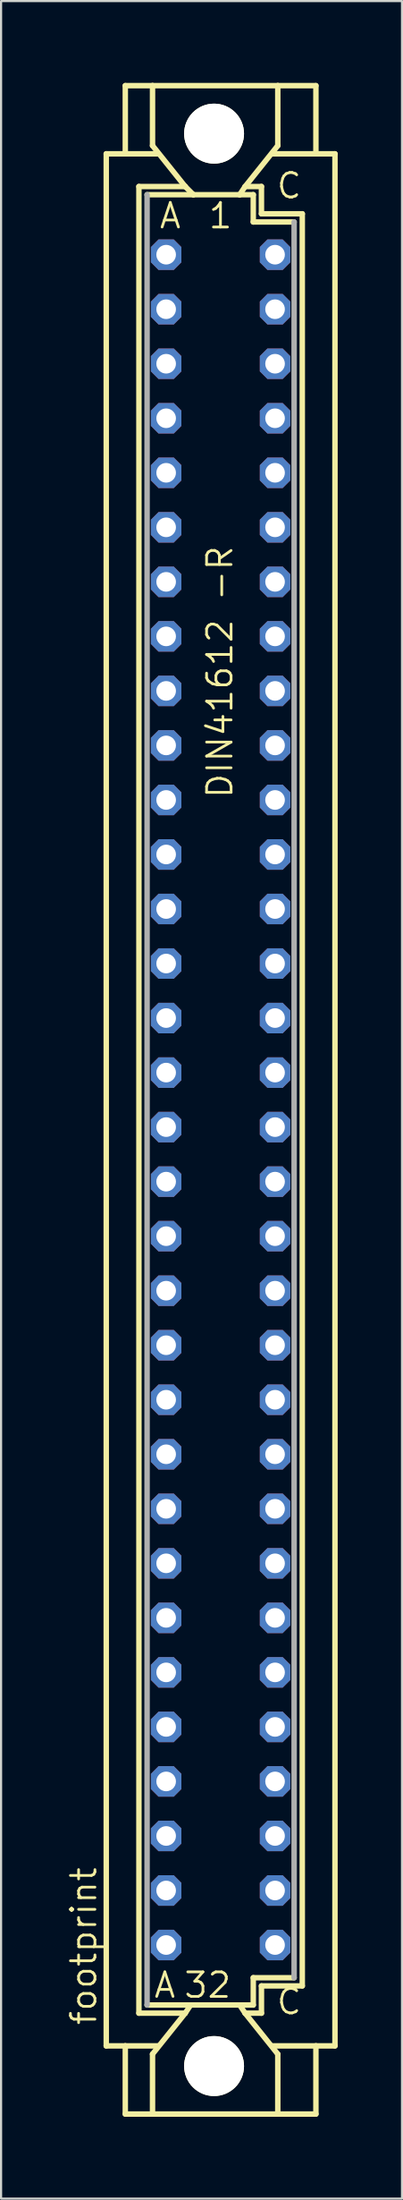
<source format=kicad_pcb>
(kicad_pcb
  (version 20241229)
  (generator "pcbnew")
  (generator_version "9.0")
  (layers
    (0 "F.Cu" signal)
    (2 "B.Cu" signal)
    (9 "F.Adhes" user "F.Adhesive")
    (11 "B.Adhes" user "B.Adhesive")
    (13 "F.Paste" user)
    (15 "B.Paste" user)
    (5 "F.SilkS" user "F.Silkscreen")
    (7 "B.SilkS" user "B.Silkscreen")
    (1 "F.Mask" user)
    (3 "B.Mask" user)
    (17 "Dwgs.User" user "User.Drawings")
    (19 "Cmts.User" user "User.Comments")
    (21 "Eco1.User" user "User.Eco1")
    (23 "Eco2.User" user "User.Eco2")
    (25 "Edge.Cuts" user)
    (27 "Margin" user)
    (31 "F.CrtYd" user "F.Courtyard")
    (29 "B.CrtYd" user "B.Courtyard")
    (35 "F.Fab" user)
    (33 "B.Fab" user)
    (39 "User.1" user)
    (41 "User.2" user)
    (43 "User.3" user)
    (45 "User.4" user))
  (footprint "footprint"
    (layer "F.Cu")
    (at 7.239 48.184)
    (property "Reference" "footprint" (at -5.715 43.18 90) (layer "F.SilkS") (effects (font (size 1.143 1.143) (thickness 0.127)) (justify left bottom)))
    (fp_line (start -5.334 -44.069) (end -4.445 -44.069) (stroke (width 0.254) (type solid)) (layer "F.SilkS"))
    (fp_line (start -5.334 44.069) (end -5.334 -44.069) (stroke (width 0.254) (type solid)) (layer "F.SilkS"))
    (fp_line (start -5.334 44.069) (end -4.445 44.069) (stroke (width 0.254) (type solid)) (layer "F.SilkS"))
    (fp_line (start -4.445 -47.244) (end -4.445 -44.069) (stroke (width 0.254) (type solid)) (layer "F.SilkS"))
    (fp_line (start -4.445 -44.069) (end -2.921 -44.069) (stroke (width 0.254) (type solid)) (layer "F.SilkS"))
    (fp_line (start -4.445 44.069) (end -4.445 47.244) (stroke (width 0.254) (type solid)) (layer "F.SilkS"))
    (fp_line (start -4.445 44.069) (end -2.921 44.069) (stroke (width 0.254) (type solid)) (layer "F.SilkS"))
    (fp_line (start -3.81 -42.545) (end -3.81 42.545) (stroke (width 0.254) (type solid)) (layer "F.SilkS"))
    (fp_line (start -3.81 42.545) (end -1.651 42.545) (stroke (width 0.254) (type solid)) (layer "F.SilkS"))
    (fp_line (start -3.429 -42.164) (end -1.27 -42.164) (stroke (width 0.254) (type solid)) (layer "F.SilkS"))
    (fp_line (start -3.429 42.164) (end -1.397 42.164) (stroke (width 0.254) (type solid)) (layer "F.SilkS"))
    (fp_line (start -3.175 -47.244) (end -4.445 -47.244) (stroke (width 0.254) (type solid)) (layer "F.SilkS"))
    (fp_line (start -3.175 -47.244) (end -3.175 -44.45) (stroke (width 0.254) (type solid)) (layer "F.SilkS"))
    (fp_line (start -3.175 47.244) (end -4.445 47.244) (stroke (width 0.254) (type solid)) (layer "F.SilkS"))
    (fp_line (start -3.175 47.244) (end -3.175 44.45) (stroke (width 0.254) (type solid)) (layer "F.SilkS"))
    (fp_line (start -3.175 47.244) (end 2.667 47.244) (stroke (width 0.254) (type solid)) (layer "F.SilkS"))
    (fp_line (start -1.651 -42.545) (end -3.81 -42.545) (stroke (width 0.254) (type solid)) (layer "F.SilkS"))
    (fp_line (start -1.651 -42.545) (end -3.175 -44.45) (stroke (width 0.254) (type solid)) (layer "F.SilkS"))
    (fp_line (start -1.651 -42.545) (end -1.27 -42.164) (stroke (width 0.254) (type solid)) (layer "F.SilkS"))
    (fp_line (start -1.651 42.545) (end -3.175 44.45) (stroke (width 0.254) (type solid)) (layer "F.SilkS"))
    (fp_line (start -1.651 42.545) (end -1.397 42.164) (stroke (width 0.254) (type solid)) (layer "F.SilkS"))
    (fp_line (start -1.397 42.164) (end 0.889 42.164) (stroke (width 0.254) (type solid)) (layer "F.SilkS"))
    (fp_line (start -1.27 -42.164) (end 0.889 -42.164) (stroke (width 0.254) (type solid)) (layer "F.SilkS"))
    (fp_line (start 0.889 -42.164) (end 1.143 -42.545) (stroke (width 0.254) (type solid)) (layer "F.SilkS"))
    (fp_line (start 0.889 -42.164) (end 1.524 -42.164) (stroke (width 0.254) (type solid)) (layer "F.SilkS"))
    (fp_line (start 0.889 42.164) (end 1.524 42.164) (stroke (width 0.254) (type solid)) (layer "F.SilkS"))
    (fp_line (start 1.143 -42.545) (end 2.667 -44.45) (stroke (width 0.254) (type solid)) (layer "F.SilkS"))
    (fp_line (start 1.143 42.545) (end 0.889 42.164) (stroke (width 0.254) (type solid)) (layer "F.SilkS"))
    (fp_line (start 1.143 42.545) (end 1.905 42.545) (stroke (width 0.254) (type solid)) (layer "F.SilkS"))
    (fp_line (start 1.143 42.545) (end 2.667 44.45) (stroke (width 0.254) (type solid)) (layer "F.SilkS"))
    (fp_line (start 1.524 -42.164) (end 1.524 -40.894) (stroke (width 0.254) (type solid)) (layer "F.SilkS"))
    (fp_line (start 1.524 -40.894) (end 3.429 -40.894) (stroke (width 0.254) (type solid)) (layer "F.SilkS"))
    (fp_line (start 1.524 40.894) (end 3.429 40.894) (stroke (width 0.254) (type solid)) (layer "F.SilkS"))
    (fp_line (start 1.524 42.164) (end 1.524 40.894) (stroke (width 0.254) (type solid)) (layer "F.SilkS"))
    (fp_line (start 1.905 -42.545) (end 1.143 -42.545) (stroke (width 0.254) (type solid)) (layer "F.SilkS"))
    (fp_line (start 1.905 -41.275) (end 1.905 -42.545) (stroke (width 0.254) (type solid)) (layer "F.SilkS"))
    (fp_line (start 1.905 41.275) (end 3.81 41.275) (stroke (width 0.254) (type solid)) (layer "F.SilkS"))
    (fp_line (start 1.905 42.545) (end 1.905 41.275) (stroke (width 0.254) (type solid)) (layer "F.SilkS"))
    (fp_line (start 2.667 -47.244) (end -3.175 -47.244) (stroke (width 0.254) (type solid)) (layer "F.SilkS"))
    (fp_line (start 2.667 -47.244) (end 2.667 -44.45) (stroke (width 0.254) (type solid)) (layer "F.SilkS"))
    (fp_line (start 2.667 -47.244) (end 4.445 -47.244) (stroke (width 0.254) (type solid)) (layer "F.SilkS"))
    (fp_line (start 2.667 47.244) (end 2.667 44.45) (stroke (width 0.254) (type solid)) (layer "F.SilkS"))
    (fp_line (start 2.667 47.244) (end 4.445 47.244) (stroke (width 0.254) (type solid)) (layer "F.SilkS"))
    (fp_line (start 3.81 -41.275) (end 1.905 -41.275) (stroke (width 0.254) (type solid)) (layer "F.SilkS"))
    (fp_line (start 3.81 41.275) (end 3.81 -41.275) (stroke (width 0.254) (type solid)) (layer "F.SilkS"))
    (fp_line (start 4.445 -47.244) (end 4.445 -44.069) (stroke (width 0.254) (type solid)) (layer "F.SilkS"))
    (fp_line (start 4.445 -44.069) (end 2.413 -44.069) (stroke (width 0.254) (type solid)) (layer "F.SilkS"))
    (fp_line (start 4.445 44.069) (end 2.413 44.069) (stroke (width 0.254) (type solid)) (layer "F.SilkS"))
    (fp_line (start 4.445 44.069) (end 4.445 47.244) (stroke (width 0.254) (type solid)) (layer "F.SilkS"))
    (fp_line (start 5.334 -44.069) (end 4.445 -44.069) (stroke (width 0.254) (type solid)) (layer "F.SilkS"))
    (fp_line (start 5.334 44.069) (end 4.445 44.069) (stroke (width 0.254) (type solid)) (layer "F.SilkS"))
    (fp_line (start 5.334 44.069) (end 5.334 -44.069) (stroke (width 0.254) (type solid)) (layer "F.SilkS"))
    (fp_circle (center -0.305 -45.009) (end 0.965 -45.009) (stroke (width 0.254) (type solid)) (fill no) (layer "F.SilkS"))
    (fp_circle (center -0.305 45.009) (end 0.965 45.009) (stroke (width 0.254) (type solid)) (fill no) (layer "F.SilkS"))
    (fp_line (start -3.429 -42.164) (end -3.429 42.164) (stroke (width 0.254) (type solid)) (layer "F.Fab"))
    (fp_line (start 3.429 -40.894) (end 3.429 40.894) (stroke (width 0.254) (type solid)) (layer "F.Fab"))
    (fp_poly (pts (xy -2.794 -39.116) (xy -2.286 -39.116) (xy -2.286 -39.624) (xy -2.794 -39.624)) (stroke (width 0.1) (type solid)) (fill no) (layer "F.Fab"))
    (fp_poly (pts (xy -2.794 -36.576) (xy -2.286 -36.576) (xy -2.286 -37.084) (xy -2.794 -37.084)) (stroke (width 0.1) (type solid)) (fill no) (layer "F.Fab"))
    (fp_poly (pts (xy -2.794 -34.036) (xy -2.286 -34.036) (xy -2.286 -34.544) (xy -2.794 -34.544)) (stroke (width 0.1) (type solid)) (fill no) (layer "F.Fab"))
    (fp_poly (pts (xy -2.794 -31.496) (xy -2.286 -31.496) (xy -2.286 -32.004) (xy -2.794 -32.004)) (stroke (width 0.1) (type solid)) (fill no) (layer "F.Fab"))
    (fp_poly (pts (xy -2.794 -28.956) (xy -2.286 -28.956) (xy -2.286 -29.464) (xy -2.794 -29.464)) (stroke (width 0.1) (type solid)) (fill no) (layer "F.Fab"))
    (fp_poly (pts (xy -2.794 -26.416) (xy -2.286 -26.416) (xy -2.286 -26.924) (xy -2.794 -26.924)) (stroke (width 0.1) (type solid)) (fill no) (layer "F.Fab"))
    (fp_poly (pts (xy -2.794 -23.876) (xy -2.286 -23.876) (xy -2.286 -24.384) (xy -2.794 -24.384)) (stroke (width 0.1) (type solid)) (fill no) (layer "F.Fab"))
    (fp_poly (pts (xy -2.794 -21.336) (xy -2.286 -21.336) (xy -2.286 -21.844) (xy -2.794 -21.844)) (stroke (width 0.1) (type solid)) (fill no) (layer "F.Fab"))
    (fp_poly (pts (xy -2.794 -18.796) (xy -2.286 -18.796) (xy -2.286 -19.304) (xy -2.794 -19.304)) (stroke (width 0.1) (type solid)) (fill no) (layer "F.Fab"))
    (fp_poly (pts (xy -2.794 -16.256) (xy -2.286 -16.256) (xy -2.286 -16.764) (xy -2.794 -16.764)) (stroke (width 0.1) (type solid)) (fill no) (layer "F.Fab"))
    (fp_poly (pts (xy -2.794 -13.716) (xy -2.286 -13.716) (xy -2.286 -14.224) (xy -2.794 -14.224)) (stroke (width 0.1) (type solid)) (fill no) (layer "F.Fab"))
    (fp_poly (pts (xy -2.794 -11.176) (xy -2.286 -11.176) (xy -2.286 -11.684) (xy -2.794 -11.684)) (stroke (width 0.1) (type solid)) (fill no) (layer "F.Fab"))
    (fp_poly (pts (xy -2.794 -8.636) (xy -2.286 -8.636) (xy -2.286 -9.144) (xy -2.794 -9.144)) (stroke (width 0.1) (type solid)) (fill no) (layer "F.Fab"))
    (fp_poly (pts (xy -2.794 -6.096) (xy -2.286 -6.096) (xy -2.286 -6.604) (xy -2.794 -6.604)) (stroke (width 0.1) (type solid)) (fill no) (layer "F.Fab"))
    (fp_poly (pts (xy -2.794 -3.556) (xy -2.286 -3.556) (xy -2.286 -4.064) (xy -2.794 -4.064)) (stroke (width 0.1) (type solid)) (fill no) (layer "F.Fab"))
    (fp_poly (pts (xy -2.794 -1.016) (xy -2.286 -1.016) (xy -2.286 -1.524) (xy -2.794 -1.524)) (stroke (width 0.1) (type solid)) (fill no) (layer "F.Fab"))
    (fp_poly (pts (xy -2.794 1.524) (xy -2.286 1.524) (xy -2.286 1.016) (xy -2.794 1.016)) (stroke (width 0.1) (type solid)) (fill no) (layer "F.Fab"))
    (fp_poly (pts (xy -2.794 4.064) (xy -2.286 4.064) (xy -2.286 3.556) (xy -2.794 3.556)) (stroke (width 0.1) (type solid)) (fill no) (layer "F.Fab"))
    (fp_poly (pts (xy -2.794 6.604) (xy -2.286 6.604) (xy -2.286 6.096) (xy -2.794 6.096)) (stroke (width 0.1) (type solid)) (fill no) (layer "F.Fab"))
    (fp_poly (pts (xy -2.794 9.144) (xy -2.286 9.144) (xy -2.286 8.636) (xy -2.794 8.636)) (stroke (width 0.1) (type solid)) (fill no) (layer "F.Fab"))
    (fp_poly (pts (xy -2.794 11.684) (xy -2.286 11.684) (xy -2.286 11.176) (xy -2.794 11.176)) (stroke (width 0.1) (type solid)) (fill no) (layer "F.Fab"))
    (fp_poly (pts (xy -2.794 14.224) (xy -2.286 14.224) (xy -2.286 13.716) (xy -2.794 13.716)) (stroke (width 0.1) (type solid)) (fill no) (layer "F.Fab"))
    (fp_poly (pts (xy -2.794 16.764) (xy -2.286 16.764) (xy -2.286 16.256) (xy -2.794 16.256)) (stroke (width 0.1) (type solid)) (fill no) (layer "F.Fab"))
    (fp_poly (pts (xy -2.794 19.304) (xy -2.286 19.304) (xy -2.286 18.796) (xy -2.794 18.796)) (stroke (width 0.1) (type solid)) (fill no) (layer "F.Fab"))
    (fp_poly (pts (xy -2.794 21.844) (xy -2.286 21.844) (xy -2.286 21.336) (xy -2.794 21.336)) (stroke (width 0.1) (type solid)) (fill no) (layer "F.Fab"))
    (fp_poly (pts (xy -2.794 24.384) (xy -2.286 24.384) (xy -2.286 23.876) (xy -2.794 23.876)) (stroke (width 0.1) (type solid)) (fill no) (layer "F.Fab"))
    (fp_poly (pts (xy -2.794 26.924) (xy -2.286 26.924) (xy -2.286 26.416) (xy -2.794 26.416)) (stroke (width 0.1) (type solid)) (fill no) (layer "F.Fab"))
    (fp_poly (pts (xy -2.794 29.464) (xy -2.286 29.464) (xy -2.286 28.956) (xy -2.794 28.956)) (stroke (width 0.1) (type solid)) (fill no) (layer "F.Fab"))
    (fp_poly (pts (xy -2.794 32.004) (xy -2.286 32.004) (xy -2.286 31.496) (xy -2.794 31.496)) (stroke (width 0.1) (type solid)) (fill no) (layer "F.Fab"))
    (fp_poly (pts (xy -2.794 34.544) (xy -2.286 34.544) (xy -2.286 34.036) (xy -2.794 34.036)) (stroke (width 0.1) (type solid)) (fill no) (layer "F.Fab"))
    (fp_poly (pts (xy -2.794 37.084) (xy -2.286 37.084) (xy -2.286 36.576) (xy -2.794 36.576)) (stroke (width 0.1) (type solid)) (fill no) (layer "F.Fab"))
    (fp_poly (pts (xy -2.794 39.624) (xy -2.286 39.624) (xy -2.286 39.116) (xy -2.794 39.116)) (stroke (width 0.1) (type solid)) (fill no) (layer "F.Fab"))
    (fp_poly (pts (xy 2.286 -39.116) (xy 2.794 -39.116) (xy 2.794 -39.624) (xy 2.286 -39.624)) (stroke (width 0.1) (type solid)) (fill no) (layer "F.Fab"))
    (fp_poly (pts (xy 2.286 -36.576) (xy 2.794 -36.576) (xy 2.794 -37.084) (xy 2.286 -37.084)) (stroke (width 0.1) (type solid)) (fill no) (layer "F.Fab"))
    (fp_poly (pts (xy 2.286 -34.036) (xy 2.794 -34.036) (xy 2.794 -34.544) (xy 2.286 -34.544)) (stroke (width 0.1) (type solid)) (fill no) (layer "F.Fab"))
    (fp_poly (pts (xy 2.286 -31.496) (xy 2.794 -31.496) (xy 2.794 -32.004) (xy 2.286 -32.004)) (stroke (width 0.1) (type solid)) (fill no) (layer "F.Fab"))
    (fp_poly (pts (xy 2.286 -28.956) (xy 2.794 -28.956) (xy 2.794 -29.464) (xy 2.286 -29.464)) (stroke (width 0.1) (type solid)) (fill no) (layer "F.Fab"))
    (fp_poly (pts (xy 2.286 -26.416) (xy 2.794 -26.416) (xy 2.794 -26.924) (xy 2.286 -26.924)) (stroke (width 0.1) (type solid)) (fill no) (layer "F.Fab"))
    (fp_poly (pts (xy 2.286 -23.876) (xy 2.794 -23.876) (xy 2.794 -24.384) (xy 2.286 -24.384)) (stroke (width 0.1) (type solid)) (fill no) (layer "F.Fab"))
    (fp_poly (pts (xy 2.286 -21.336) (xy 2.794 -21.336) (xy 2.794 -21.844) (xy 2.286 -21.844)) (stroke (width 0.1) (type solid)) (fill no) (layer "F.Fab"))
    (fp_poly (pts (xy 2.286 -18.796) (xy 2.794 -18.796) (xy 2.794 -19.304) (xy 2.286 -19.304)) (stroke (width 0.1) (type solid)) (fill no) (layer "F.Fab"))
    (fp_poly (pts (xy 2.286 -16.256) (xy 2.794 -16.256) (xy 2.794 -16.764) (xy 2.286 -16.764)) (stroke (width 0.1) (type solid)) (fill no) (layer "F.Fab"))
    (fp_poly (pts (xy 2.286 -13.716) (xy 2.794 -13.716) (xy 2.794 -14.224) (xy 2.286 -14.224)) (stroke (width 0.1) (type solid)) (fill no) (layer "F.Fab"))
    (fp_poly (pts (xy 2.286 -11.176) (xy 2.794 -11.176) (xy 2.794 -11.684) (xy 2.286 -11.684)) (stroke (width 0.1) (type solid)) (fill no) (layer "F.Fab"))
    (fp_poly (pts (xy 2.286 -8.636) (xy 2.794 -8.636) (xy 2.794 -9.144) (xy 2.286 -9.144)) (stroke (width 0.1) (type solid)) (fill no) (layer "F.Fab"))
    (fp_poly (pts (xy 2.286 -6.096) (xy 2.794 -6.096) (xy 2.794 -6.604) (xy 2.286 -6.604)) (stroke (width 0.1) (type solid)) (fill no) (layer "F.Fab"))
    (fp_poly (pts (xy 2.286 -3.556) (xy 2.794 -3.556) (xy 2.794 -4.064) (xy 2.286 -4.064)) (stroke (width 0.1) (type solid)) (fill no) (layer "F.Fab"))
    (fp_poly (pts (xy 2.286 -1.016) (xy 2.794 -1.016) (xy 2.794 -1.524) (xy 2.286 -1.524)) (stroke (width 0.1) (type solid)) (fill no) (layer "F.Fab"))
    (fp_poly (pts (xy 2.286 1.524) (xy 2.794 1.524) (xy 2.794 1.016) (xy 2.286 1.016)) (stroke (width 0.1) (type solid)) (fill no) (layer "F.Fab"))
    (fp_poly (pts (xy 2.286 4.064) (xy 2.794 4.064) (xy 2.794 3.556) (xy 2.286 3.556)) (stroke (width 0.1) (type solid)) (fill no) (layer "F.Fab"))
    (fp_poly (pts (xy 2.286 6.604) (xy 2.794 6.604) (xy 2.794 6.096) (xy 2.286 6.096)) (stroke (width 0.1) (type solid)) (fill no) (layer "F.Fab"))
    (fp_poly (pts (xy 2.286 9.144) (xy 2.794 9.144) (xy 2.794 8.636) (xy 2.286 8.636)) (stroke (width 0.1) (type solid)) (fill no) (layer "F.Fab"))
    (fp_poly (pts (xy 2.286 11.684) (xy 2.794 11.684) (xy 2.794 11.176) (xy 2.286 11.176)) (stroke (width 0.1) (type solid)) (fill no) (layer "F.Fab"))
    (fp_poly (pts (xy 2.286 14.224) (xy 2.794 14.224) (xy 2.794 13.716) (xy 2.286 13.716)) (stroke (width 0.1) (type solid)) (fill no) (layer "F.Fab"))
    (fp_poly (pts (xy 2.286 16.764) (xy 2.794 16.764) (xy 2.794 16.256) (xy 2.286 16.256)) (stroke (width 0.1) (type solid)) (fill no) (layer "F.Fab"))
    (fp_poly (pts (xy 2.286 19.304) (xy 2.794 19.304) (xy 2.794 18.796) (xy 2.286 18.796)) (stroke (width 0.1) (type solid)) (fill no) (layer "F.Fab"))
    (fp_poly (pts (xy 2.286 21.844) (xy 2.794 21.844) (xy 2.794 21.336) (xy 2.286 21.336)) (stroke (width 0.1) (type solid)) (fill no) (layer "F.Fab"))
    (fp_poly (pts (xy 2.286 24.384) (xy 2.794 24.384) (xy 2.794 23.876) (xy 2.286 23.876)) (stroke (width 0.1) (type solid)) (fill no) (layer "F.Fab"))
    (fp_poly (pts (xy 2.286 26.924) (xy 2.794 26.924) (xy 2.794 26.416) (xy 2.286 26.416)) (stroke (width 0.1) (type solid)) (fill no) (layer "F.Fab"))
    (fp_poly (pts (xy 2.286 29.464) (xy 2.794 29.464) (xy 2.794 28.956) (xy 2.286 28.956)) (stroke (width 0.1) (type solid)) (fill no) (layer "F.Fab"))
    (fp_poly (pts (xy 2.286 32.004) (xy 2.794 32.004) (xy 2.794 31.496) (xy 2.286 31.496)) (stroke (width 0.1) (type solid)) (fill no) (layer "F.Fab"))
    (fp_poly (pts (xy 2.286 34.544) (xy 2.794 34.544) (xy 2.794 34.036) (xy 2.286 34.036)) (stroke (width 0.1) (type solid)) (fill no) (layer "F.Fab"))
    (fp_poly (pts (xy 2.286 37.084) (xy 2.794 37.084) (xy 2.794 36.576) (xy 2.286 36.576)) (stroke (width 0.1) (type solid)) (fill no) (layer "F.Fab"))
    (fp_poly (pts (xy 2.286 39.624) (xy 2.794 39.624) (xy 2.794 39.116) (xy 2.286 39.116)) (stroke (width 0.1) (type solid)) (fill no) (layer "F.Fab"))
    (fp_text user "32" (at -1.778 41.91 0) (layer "F.SilkS") (effects (font (size 1.143 1.143) (thickness 0.127)) (justify left bottom)))
    (fp_text user "C" (at 2.54 42.68 0) (layer "F.SilkS") (effects (font (size 1.143 1.143) (thickness 0.127)) (justify left bottom)))
    (fp_text user "DIN41612 -R" (at 0.635 -13.97 90) (layer "F.SilkS") (effects (font (size 1.143 1.143) (thickness 0.127)) (justify left bottom)))
    (fp_text user "A" (at -2.921 -40.513 0) (layer "F.SilkS") (effects (font (size 1.143 1.143) (thickness 0.127)) (justify left bottom)))
    (fp_text user "A" (at -3.175 41.91 0) (layer "F.SilkS") (effects (font (size 1.143 1.143) (thickness 0.127)) (justify left bottom)))
    (fp_text user "1" (at -0.635 -40.513 0) (layer "F.SilkS") (effects (font (size 1.143 1.143) (thickness 0.127)) (justify left bottom)))
    (fp_text user "C" (at 2.54 -41.91 0) (layer "F.SilkS") (effects (font (size 1.143 1.143) (thickness 0.127)) (justify left bottom)))
    (pad "" np_thru_hole circle (at -0.305 -45.009) (size 2.794 2.794) (drill 2.794) (layers "*.Cu" "*.Mask"))
    (pad "" np_thru_hole circle (at -0.305 45.009) (size 2.794 2.794) (drill 2.794) (layers "*.Cu" "*.Mask"))
    (pad "A1" thru_hole roundrect (at -2.54 -39.37) (size 1.422 1.422) (drill 0.914) (layers "*.Cu" "*.Mask") (roundrect_rratio 0.25) (chamfer_ratio 0.25) (chamfer top_left top_right bottom_left bottom_right))
    (pad "A2" thru_hole roundrect (at -2.54 -36.83) (size 1.422 1.422) (drill 0.914) (layers "*.Cu" "*.Mask") (roundrect_rratio 0.25) (chamfer_ratio 0.25) (chamfer top_left top_right bottom_left bottom_right))
    (pad "A3" thru_hole roundrect (at -2.54 -34.29) (size 1.422 1.422) (drill 0.914) (layers "*.Cu" "*.Mask") (roundrect_rratio 0.25) (chamfer_ratio 0.25) (chamfer top_left top_right bottom_left bottom_right))
    (pad "A4" thru_hole roundrect (at -2.54 -31.75) (size 1.422 1.422) (drill 0.914) (layers "*.Cu" "*.Mask") (roundrect_rratio 0.25) (chamfer_ratio 0.25) (chamfer top_left top_right bottom_left bottom_right))
    (pad "A5" thru_hole roundrect (at -2.54 -29.21) (size 1.422 1.422) (drill 0.914) (layers "*.Cu" "*.Mask") (roundrect_rratio 0.25) (chamfer_ratio 0.25) (chamfer top_left top_right bottom_left bottom_right))
    (pad "A6" thru_hole roundrect (at -2.54 -26.67) (size 1.422 1.422) (drill 0.914) (layers "*.Cu" "*.Mask") (roundrect_rratio 0.25) (chamfer_ratio 0.25) (chamfer top_left top_right bottom_left bottom_right))
    (pad "A7" thru_hole roundrect (at -2.54 -24.13) (size 1.422 1.422) (drill 0.914) (layers "*.Cu" "*.Mask") (roundrect_rratio 0.25) (chamfer_ratio 0.25) (chamfer top_left top_right bottom_left bottom_right))
    (pad "A8" thru_hole roundrect (at -2.54 -21.59) (size 1.422 1.422) (drill 0.914) (layers "*.Cu" "*.Mask") (roundrect_rratio 0.25) (chamfer_ratio 0.25) (chamfer top_left top_right bottom_left bottom_right))
    (pad "A9" thru_hole roundrect (at -2.54 -19.05) (size 1.422 1.422) (drill 0.914) (layers "*.Cu" "*.Mask") (roundrect_rratio 0.25) (chamfer_ratio 0.25) (chamfer top_left top_right bottom_left bottom_right))
    (pad "A10" thru_hole roundrect (at -2.54 -16.51) (size 1.422 1.422) (drill 0.914) (layers "*.Cu" "*.Mask") (roundrect_rratio 0.25) (chamfer_ratio 0.25) (chamfer top_left top_right bottom_left bottom_right))
    (pad "A11" thru_hole roundrect (at -2.54 -13.97) (size 1.422 1.422) (drill 0.914) (layers "*.Cu" "*.Mask") (roundrect_rratio 0.25) (chamfer_ratio 0.25) (chamfer top_left top_right bottom_left bottom_right))
    (pad "A12" thru_hole roundrect (at -2.54 -11.43) (size 1.422 1.422) (drill 0.914) (layers "*.Cu" "*.Mask") (roundrect_rratio 0.25) (chamfer_ratio 0.25) (chamfer top_left top_right bottom_left bottom_right))
    (pad "A13" thru_hole roundrect (at -2.54 -8.89) (size 1.422 1.422) (drill 0.914) (layers "*.Cu" "*.Mask") (roundrect_rratio 0.25) (chamfer_ratio 0.25) (chamfer top_left top_right bottom_left bottom_right))
    (pad "A14" thru_hole roundrect (at -2.54 -6.35) (size 1.422 1.422) (drill 0.914) (layers "*.Cu" "*.Mask") (roundrect_rratio 0.25) (chamfer_ratio 0.25) (chamfer top_left top_right bottom_left bottom_right))
    (pad "A15" thru_hole roundrect (at -2.54 -3.81) (size 1.422 1.422) (drill 0.914) (layers "*.Cu" "*.Mask") (roundrect_rratio 0.25) (chamfer_ratio 0.25) (chamfer top_left top_right bottom_left bottom_right))
    (pad "A16" thru_hole roundrect (at -2.54 -1.27) (size 1.422 1.422) (drill 0.914) (layers "*.Cu" "*.Mask") (roundrect_rratio 0.25) (chamfer_ratio 0.25) (chamfer top_left top_right bottom_left bottom_right))
    (pad "A17" thru_hole roundrect (at -2.54 1.27) (size 1.422 1.422) (drill 0.914) (layers "*.Cu" "*.Mask") (roundrect_rratio 0.25) (chamfer_ratio 0.25) (chamfer top_left top_right bottom_left bottom_right))
    (pad "A18" thru_hole roundrect (at -2.54 3.81) (size 1.422 1.422) (drill 0.914) (layers "*.Cu" "*.Mask") (roundrect_rratio 0.25) (chamfer_ratio 0.25) (chamfer top_left top_right bottom_left bottom_right))
    (pad "A19" thru_hole roundrect (at -2.54 6.35) (size 1.422 1.422) (drill 0.914) (layers "*.Cu" "*.Mask") (roundrect_rratio 0.25) (chamfer_ratio 0.25) (chamfer top_left top_right bottom_left bottom_right))
    (pad "A20" thru_hole roundrect (at -2.54 8.89) (size 1.422 1.422) (drill 0.914) (layers "*.Cu" "*.Mask") (roundrect_rratio 0.25) (chamfer_ratio 0.25) (chamfer top_left top_right bottom_left bottom_right))
    (pad "A21" thru_hole roundrect (at -2.54 11.43) (size 1.422 1.422) (drill 0.914) (layers "*.Cu" "*.Mask") (roundrect_rratio 0.25) (chamfer_ratio 0.25) (chamfer top_left top_right bottom_left bottom_right))
    (pad "A22" thru_hole roundrect (at -2.54 13.97) (size 1.422 1.422) (drill 0.914) (layers "*.Cu" "*.Mask") (roundrect_rratio 0.25) (chamfer_ratio 0.25) (chamfer top_left top_right bottom_left bottom_right))
    (pad "A23" thru_hole roundrect (at -2.54 16.51) (size 1.422 1.422) (drill 0.914) (layers "*.Cu" "*.Mask") (roundrect_rratio 0.25) (chamfer_ratio 0.25) (chamfer top_left top_right bottom_left bottom_right))
    (pad "A24" thru_hole roundrect (at -2.54 19.05) (size 1.422 1.422) (drill 0.914) (layers "*.Cu" "*.Mask") (roundrect_rratio 0.25) (chamfer_ratio 0.25) (chamfer top_left top_right bottom_left bottom_right))
    (pad "A25" thru_hole roundrect (at -2.54 21.59) (size 1.422 1.422) (drill 0.914) (layers "*.Cu" "*.Mask") (roundrect_rratio 0.25) (chamfer_ratio 0.25) (chamfer top_left top_right bottom_left bottom_right))
    (pad "A26" thru_hole roundrect (at -2.54 24.13) (size 1.422 1.422) (drill 0.914) (layers "*.Cu" "*.Mask") (roundrect_rratio 0.25) (chamfer_ratio 0.25) (chamfer top_left top_right bottom_left bottom_right))
    (pad "A27" thru_hole roundrect (at -2.54 26.67) (size 1.422 1.422) (drill 0.914) (layers "*.Cu" "*.Mask") (roundrect_rratio 0.25) (chamfer_ratio 0.25) (chamfer top_left top_right bottom_left bottom_right))
    (pad "A28" thru_hole roundrect (at -2.54 29.21) (size 1.422 1.422) (drill 0.914) (layers "*.Cu" "*.Mask") (roundrect_rratio 0.25) (chamfer_ratio 0.25) (chamfer top_left top_right bottom_left bottom_right))
    (pad "A29" thru_hole roundrect (at -2.54 31.75) (size 1.422 1.422) (drill 0.914) (layers "*.Cu" "*.Mask") (roundrect_rratio 0.25) (chamfer_ratio 0.25) (chamfer top_left top_right bottom_left bottom_right))
    (pad "A30" thru_hole roundrect (at -2.54 34.29) (size 1.422 1.422) (drill 0.914) (layers "*.Cu" "*.Mask") (roundrect_rratio 0.25) (chamfer_ratio 0.25) (chamfer top_left top_right bottom_left bottom_right))
    (pad "A31" thru_hole roundrect (at -2.54 36.83) (size 1.422 1.422) (drill 0.914) (layers "*.Cu" "*.Mask") (roundrect_rratio 0.25) (chamfer_ratio 0.25) (chamfer top_left top_right bottom_left bottom_right))
    (pad "A32" thru_hole roundrect (at -2.54 39.37) (size 1.422 1.422) (drill 0.914) (layers "*.Cu" "*.Mask") (roundrect_rratio 0.25) (chamfer_ratio 0.25) (chamfer top_left top_right bottom_left bottom_right))
    (pad "C1" thru_hole roundrect (at 2.54 -39.37) (size 1.422 1.422) (drill 0.914) (layers "*.Cu" "*.Mask") (roundrect_rratio 0.25) (chamfer_ratio 0.25) (chamfer top_left top_right bottom_left bottom_right))
    (pad "C2" thru_hole roundrect (at 2.54 -36.83) (size 1.422 1.422) (drill 0.914) (layers "*.Cu" "*.Mask") (roundrect_rratio 0.25) (chamfer_ratio 0.25) (chamfer top_left top_right bottom_left bottom_right))
    (pad "C3" thru_hole roundrect (at 2.54 -34.29) (size 1.422 1.422) (drill 0.914) (layers "*.Cu" "*.Mask") (roundrect_rratio 0.25) (chamfer_ratio 0.25) (chamfer top_left top_right bottom_left bottom_right))
    (pad "C4" thru_hole roundrect (at 2.54 -31.75) (size 1.422 1.422) (drill 0.914) (layers "*.Cu" "*.Mask") (roundrect_rratio 0.25) (chamfer_ratio 0.25) (chamfer top_left top_right bottom_left bottom_right))
    (pad "C5" thru_hole roundrect (at 2.54 -29.21) (size 1.422 1.422) (drill 0.914) (layers "*.Cu" "*.Mask") (roundrect_rratio 0.25) (chamfer_ratio 0.25) (chamfer top_left top_right bottom_left bottom_right))
    (pad "C6" thru_hole roundrect (at 2.54 -26.67) (size 1.422 1.422) (drill 0.914) (layers "*.Cu" "*.Mask") (roundrect_rratio 0.25) (chamfer_ratio 0.25) (chamfer top_left top_right bottom_left bottom_right))
    (pad "C7" thru_hole roundrect (at 2.54 -24.13) (size 1.422 1.422) (drill 0.914) (layers "*.Cu" "*.Mask") (roundrect_rratio 0.25) (chamfer_ratio 0.25) (chamfer top_left top_right bottom_left bottom_right))
    (pad "C8" thru_hole roundrect (at 2.54 -21.59) (size 1.422 1.422) (drill 0.914) (layers "*.Cu" "*.Mask") (roundrect_rratio 0.25) (chamfer_ratio 0.25) (chamfer top_left top_right bottom_left bottom_right))
    (pad "C9" thru_hole roundrect (at 2.54 -19.05) (size 1.422 1.422) (drill 0.914) (layers "*.Cu" "*.Mask") (roundrect_rratio 0.25) (chamfer_ratio 0.25) (chamfer top_left top_right bottom_left bottom_right))
    (pad "C10" thru_hole roundrect (at 2.54 -16.51) (size 1.422 1.422) (drill 0.914) (layers "*.Cu" "*.Mask") (roundrect_rratio 0.25) (chamfer_ratio 0.25) (chamfer top_left top_right bottom_left bottom_right))
    (pad "C11" thru_hole roundrect (at 2.54 -13.97) (size 1.422 1.422) (drill 0.914) (layers "*.Cu" "*.Mask") (roundrect_rratio 0.25) (chamfer_ratio 0.25) (chamfer top_left top_right bottom_left bottom_right))
    (pad "C12" thru_hole roundrect (at 2.54 -11.43) (size 1.422 1.422) (drill 0.914) (layers "*.Cu" "*.Mask") (roundrect_rratio 0.25) (chamfer_ratio 0.25) (chamfer top_left top_right bottom_left bottom_right))
    (pad "C13" thru_hole roundrect (at 2.54 -8.89) (size 1.422 1.422) (drill 0.914) (layers "*.Cu" "*.Mask") (roundrect_rratio 0.25) (chamfer_ratio 0.25) (chamfer top_left top_right bottom_left bottom_right))
    (pad "C14" thru_hole roundrect (at 2.54 -6.35) (size 1.422 1.422) (drill 0.914) (layers "*.Cu" "*.Mask") (roundrect_rratio 0.25) (chamfer_ratio 0.25) (chamfer top_left top_right bottom_left bottom_right))
    (pad "C15" thru_hole roundrect (at 2.54 -3.81) (size 1.422 1.422) (drill 0.914) (layers "*.Cu" "*.Mask") (roundrect_rratio 0.25) (chamfer_ratio 0.25) (chamfer top_left top_right bottom_left bottom_right))
    (pad "C16" thru_hole roundrect (at 2.54 -1.27) (size 1.422 1.422) (drill 0.914) (layers "*.Cu" "*.Mask") (roundrect_rratio 0.25) (chamfer_ratio 0.25) (chamfer top_left top_right bottom_left bottom_right))
    (pad "C17" thru_hole roundrect (at 2.54 1.27) (size 1.422 1.422) (drill 0.914) (layers "*.Cu" "*.Mask") (roundrect_rratio 0.25) (chamfer_ratio 0.25) (chamfer top_left top_right bottom_left bottom_right))
    (pad "C18" thru_hole roundrect (at 2.54 3.81) (size 1.422 1.422) (drill 0.914) (layers "*.Cu" "*.Mask") (roundrect_rratio 0.25) (chamfer_ratio 0.25) (chamfer top_left top_right bottom_left bottom_right))
    (pad "C19" thru_hole roundrect (at 2.54 6.35) (size 1.422 1.422) (drill 0.914) (layers "*.Cu" "*.Mask") (roundrect_rratio 0.25) (chamfer_ratio 0.25) (chamfer top_left top_right bottom_left bottom_right))
    (pad "C20" thru_hole roundrect (at 2.54 8.89) (size 1.422 1.422) (drill 0.914) (layers "*.Cu" "*.Mask") (roundrect_rratio 0.25) (chamfer_ratio 0.25) (chamfer top_left top_right bottom_left bottom_right))
    (pad "C21" thru_hole roundrect (at 2.54 11.43) (size 1.422 1.422) (drill 0.914) (layers "*.Cu" "*.Mask") (roundrect_rratio 0.25) (chamfer_ratio 0.25) (chamfer top_left top_right bottom_left bottom_right))
    (pad "C22" thru_hole roundrect (at 2.54 13.97) (size 1.422 1.422) (drill 0.914) (layers "*.Cu" "*.Mask") (roundrect_rratio 0.25) (chamfer_ratio 0.25) (chamfer top_left top_right bottom_left bottom_right))
    (pad "C23" thru_hole roundrect (at 2.54 16.51) (size 1.422 1.422) (drill 0.914) (layers "*.Cu" "*.Mask") (roundrect_rratio 0.25) (chamfer_ratio 0.25) (chamfer top_left top_right bottom_left bottom_right))
    (pad "C24" thru_hole roundrect (at 2.54 19.05) (size 1.422 1.422) (drill 0.914) (layers "*.Cu" "*.Mask") (roundrect_rratio 0.25) (chamfer_ratio 0.25) (chamfer top_left top_right bottom_left bottom_right))
    (pad "C25" thru_hole roundrect (at 2.54 21.59) (size 1.422 1.422) (drill 0.914) (layers "*.Cu" "*.Mask") (roundrect_rratio 0.25) (chamfer_ratio 0.25) (chamfer top_left top_right bottom_left bottom_right))
    (pad "C26" thru_hole roundrect (at 2.54 24.13) (size 1.422 1.422) (drill 0.914) (layers "*.Cu" "*.Mask") (roundrect_rratio 0.25) (chamfer_ratio 0.25) (chamfer top_left top_right bottom_left bottom_right))
    (pad "C27" thru_hole roundrect (at 2.54 26.67) (size 1.422 1.422) (drill 0.914) (layers "*.Cu" "*.Mask") (roundrect_rratio 0.25) (chamfer_ratio 0.25) (chamfer top_left top_right bottom_left bottom_right))
    (pad "C28" thru_hole roundrect (at 2.54 29.21) (size 1.422 1.422) (drill 0.914) (layers "*.Cu" "*.Mask") (roundrect_rratio 0.25) (chamfer_ratio 0.25) (chamfer top_left top_right bottom_left bottom_right))
    (pad "C29" thru_hole roundrect (at 2.54 31.75) (size 1.422 1.422) (drill 0.914) (layers "*.Cu" "*.Mask") (roundrect_rratio 0.25) (chamfer_ratio 0.25) (chamfer top_left top_right bottom_left bottom_right))
    (pad "C30" thru_hole roundrect (at 2.54 34.29) (size 1.422 1.422) (drill 0.914) (layers "*.Cu" "*.Mask") (roundrect_rratio 0.25) (chamfer_ratio 0.25) (chamfer top_left top_right bottom_left bottom_right))
    (pad "C31" thru_hole roundrect (at 2.54 36.83) (size 1.422 1.422) (drill 0.914) (layers "*.Cu" "*.Mask") (roundrect_rratio 0.25) (chamfer_ratio 0.25) (chamfer top_left top_right bottom_left bottom_right))
    (pad "C32" thru_hole roundrect (at 2.54 39.37) (size 1.422 1.422) (drill 0.914) (layers "*.Cu" "*.Mask") (roundrect_rratio 0.25) (chamfer_ratio 0.25) (chamfer top_left top_right bottom_left bottom_right))
    (zone (net_name "") (layers "F.Cu" "B.Cu") (hatch edge 0.508) (connect_pads) (min_thickness 0.254) (filled_areas_thickness no) (keepout (tracks allowed) (vias not_allowed) (pads allowed) (copperpour allowed) (footprints allowed)) (placement (enabled no)) (fill) (polygon (pts (xy 10.109 3.175) (xy 10.061 2.624) (xy 9.918 2.089) (xy 9.684 1.587) (xy 9.366 1.134) (xy 8.975 0.743) (xy 8.522 0.425) (xy 8.02 0.191) (xy 7.486 0.048) (xy 6.934 0) (xy 6.383 0.048) (xy 5.848 0.191) (xy 5.347 0.425) (xy 4.893 0.743) (xy 4.502 1.134) (xy 4.185 1.587) (xy 3.951 2.089) (xy 3.807 2.624) (xy 3.759 3.175) (xy 3.807 3.726) (xy 3.951 4.261) (xy 4.185 4.763) (xy 4.502 5.216) (xy 4.893 5.607) (xy 5.347 5.925) (xy 5.848 6.159) (xy 6.383 6.302) (xy 6.934 6.35) (xy 7.486 6.302) (xy 8.02 6.159) (xy 8.522 5.925) (xy 8.975 5.607) (xy 9.366 5.216) (xy 9.684 4.763) (xy 9.918 4.261) (xy 10.061 3.726))) (polygon (pts (xy 8.331 3.175) (xy 8.31 2.932) (xy 8.247 2.697) (xy 8.144 2.477) (xy 8.004 2.277) (xy 7.832 2.105) (xy 7.633 1.965) (xy 7.412 1.862) (xy 7.177 1.799) (xy 6.934 1.778) (xy 6.692 1.799) (xy 6.456 1.862) (xy 6.236 1.965) (xy 6.036 2.105) (xy 5.864 2.277) (xy 5.724 2.477) (xy 5.621 2.697) (xy 5.558 2.932) (xy 5.537 3.175) (xy 5.558 3.418) (xy 5.621 3.653) (xy 5.724 3.873) (xy 5.864 4.073) (xy 6.036 4.245) (xy 6.236 4.385) (xy 6.456 4.488) (xy 6.692 4.551) (xy 6.934 4.572) (xy 7.177 4.551) (xy 7.412 4.488) (xy 7.633 4.385) (xy 7.832 4.245) (xy 8.004 4.073) (xy 8.144 3.873) (xy 8.247 3.653) (xy 8.31 3.418))))
    (zone (net_name "") (layers "F.Cu" "B.Cu") (hatch edge 0.508) (connect_pads) (min_thickness 0.254) (filled_areas_thickness no) (keepout (tracks allowed) (vias not_allowed) (pads allowed) (copperpour allowed) (footprints allowed)) (placement (enabled no)) (fill) (polygon (pts (xy 10.109 93.193) (xy 10.061 92.641) (xy 9.918 92.107) (xy 9.684 91.605) (xy 9.366 91.152) (xy 8.975 90.76) (xy 8.522 90.443) (xy 8.02 90.209) (xy 7.486 90.066) (xy 6.934 90.018) (xy 6.383 90.066) (xy 5.848 90.209) (xy 5.347 90.443) (xy 4.893 90.76) (xy 4.502 91.152) (xy 4.185 91.605) (xy 3.951 92.107) (xy 3.807 92.641) (xy 3.759 93.193) (xy 3.807 93.744) (xy 3.951 94.279) (xy 4.185 94.78) (xy 4.502 95.233) (xy 4.893 95.625) (xy 5.347 95.942) (xy 5.848 96.176) (xy 6.383 96.319) (xy 6.934 96.368) (xy 7.486 96.319) (xy 8.02 96.176) (xy 8.522 95.942) (xy 8.975 95.625) (xy 9.366 95.233) (xy 9.684 94.78) (xy 9.918 94.279) (xy 10.061 93.744))) (polygon (pts (xy 8.331 93.193) (xy 8.31 92.95) (xy 8.247 92.715) (xy 8.144 92.494) (xy 8.004 92.295) (xy 7.832 92.122) (xy 7.633 91.983) (xy 7.412 91.88) (xy 7.177 91.817) (xy 6.934 91.796) (xy 6.692 91.817) (xy 6.456 91.88) (xy 6.236 91.983) (xy 6.036 92.122) (xy 5.864 92.295) (xy 5.724 92.494) (xy 5.621 92.715) (xy 5.558 92.95) (xy 5.537 93.193) (xy 5.558 93.435) (xy 5.621 93.67) (xy 5.724 93.891) (xy 5.864 94.091) (xy 6.036 94.263) (xy 6.236 94.402) (xy 6.456 94.505) (xy 6.692 94.568) (xy 6.934 94.59) (xy 7.177 94.568) (xy 7.412 94.505) (xy 7.633 94.402) (xy 7.832 94.263) (xy 8.004 94.091) (xy 8.144 93.891) (xy 8.247 93.67) (xy 8.31 93.435))))
    (zone (net_name "") (layer "B.Cu") (hatch edge 0.508) (connect_pads) (min_thickness 0.254) (filled_areas_thickness no) (keepout (tracks not_allowed) (vias not_allowed) (pads not_allowed) (copperpour not_allowed) (footprints allowed)) (placement (enabled no)) (fill) (polygon (pts (xy 10.109 3.175) (xy 10.061 2.624) (xy 9.918 2.089) (xy 9.684 1.587) (xy 9.366 1.134) (xy 8.975 0.743) (xy 8.522 0.425) (xy 8.02 0.191) (xy 7.486 0.048) (xy 6.934 0) (xy 6.383 0.048) (xy 5.848 0.191) (xy 5.347 0.425) (xy 4.893 0.743) (xy 4.502 1.134) (xy 4.185 1.587) (xy 3.951 2.089) (xy 3.807 2.624) (xy 3.759 3.175) (xy 3.807 3.726) (xy 3.951 4.261) (xy 4.185 4.763) (xy 4.502 5.216) (xy 4.893 5.607) (xy 5.347 5.925) (xy 5.848 6.159) (xy 6.383 6.302) (xy 6.934 6.35) (xy 7.486 6.302) (xy 8.02 6.159) (xy 8.522 5.925) (xy 8.975 5.607) (xy 9.366 5.216) (xy 9.684 4.763) (xy 9.918 4.261) (xy 10.061 3.726))) (polygon (pts (xy 8.331 3.175) (xy 8.31 2.932) (xy 8.247 2.697) (xy 8.144 2.477) (xy 8.004 2.277) (xy 7.832 2.105) (xy 7.633 1.965) (xy 7.412 1.862) (xy 7.177 1.799) (xy 6.934 1.778) (xy 6.692 1.799) (xy 6.456 1.862) (xy 6.236 1.965) (xy 6.036 2.105) (xy 5.864 2.277) (xy 5.724 2.477) (xy 5.621 2.697) (xy 5.558 2.932) (xy 5.537 3.175) (xy 5.558 3.418) (xy 5.621 3.653) (xy 5.724 3.873) (xy 5.864 4.073) (xy 6.036 4.245) (xy 6.236 4.385) (xy 6.456 4.488) (xy 6.692 4.551) (xy 6.934 4.572) (xy 7.177 4.551) (xy 7.412 4.488) (xy 7.633 4.385) (xy 7.832 4.245) (xy 8.004 4.073) (xy 8.144 3.873) (xy 8.247 3.653) (xy 8.31 3.418))))
    (zone (net_name "") (layer "B.Cu") (hatch edge 0.508) (connect_pads) (min_thickness 0.254) (filled_areas_thickness no) (keepout (tracks not_allowed) (vias not_allowed) (pads not_allowed) (copperpour not_allowed) (footprints allowed)) (placement (enabled no)) (fill) (polygon (pts (xy 10.109 93.193) (xy 10.061 92.641) (xy 9.918 92.107) (xy 9.684 91.605) (xy 9.366 91.152) (xy 8.975 90.76) (xy 8.522 90.443) (xy 8.02 90.209) (xy 7.486 90.066) (xy 6.934 90.018) (xy 6.383 90.066) (xy 5.848 90.209) (xy 5.347 90.443) (xy 4.893 90.76) (xy 4.502 91.152) (xy 4.185 91.605) (xy 3.951 92.107) (xy 3.807 92.641) (xy 3.759 93.193) (xy 3.807 93.744) (xy 3.951 94.279) (xy 4.185 94.78) (xy 4.502 95.233) (xy 4.893 95.625) (xy 5.347 95.942) (xy 5.848 96.176) (xy 6.383 96.319) (xy 6.934 96.368) (xy 7.486 96.319) (xy 8.02 96.176) (xy 8.522 95.942) (xy 8.975 95.625) (xy 9.366 95.233) (xy 9.684 94.78) (xy 9.918 94.279) (xy 10.061 93.744))) (polygon (pts (xy 8.331 93.193) (xy 8.31 92.95) (xy 8.247 92.715) (xy 8.144 92.494) (xy 8.004 92.295) (xy 7.832 92.122) (xy 7.633 91.983) (xy 7.412 91.88) (xy 7.177 91.817) (xy 6.934 91.796) (xy 6.692 91.817) (xy 6.456 91.88) (xy 6.236 91.983) (xy 6.036 92.122) (xy 5.864 92.295) (xy 5.724 92.494) (xy 5.621 92.715) (xy 5.558 92.95) (xy 5.537 93.193) (xy 5.558 93.435) (xy 5.621 93.67) (xy 5.724 93.891) (xy 5.864 94.091) (xy 6.036 94.263) (xy 6.236 94.402) (xy 6.456 94.505) (xy 6.692 94.568) (xy 6.934 94.59) (xy 7.177 94.568) (xy 7.412 94.505) (xy 7.633 94.402) (xy 7.832 94.263) (xy 8.004 94.091) (xy 8.144 93.891) (xy 8.247 93.67) (xy 8.31 93.435)))))
  (gr_rect
    (start -3 -3)
    (end 15.7 99.368)
    (stroke (width 0.1) (type default))
    (fill no)
    (layer "Edge.Cuts")))
</source>
